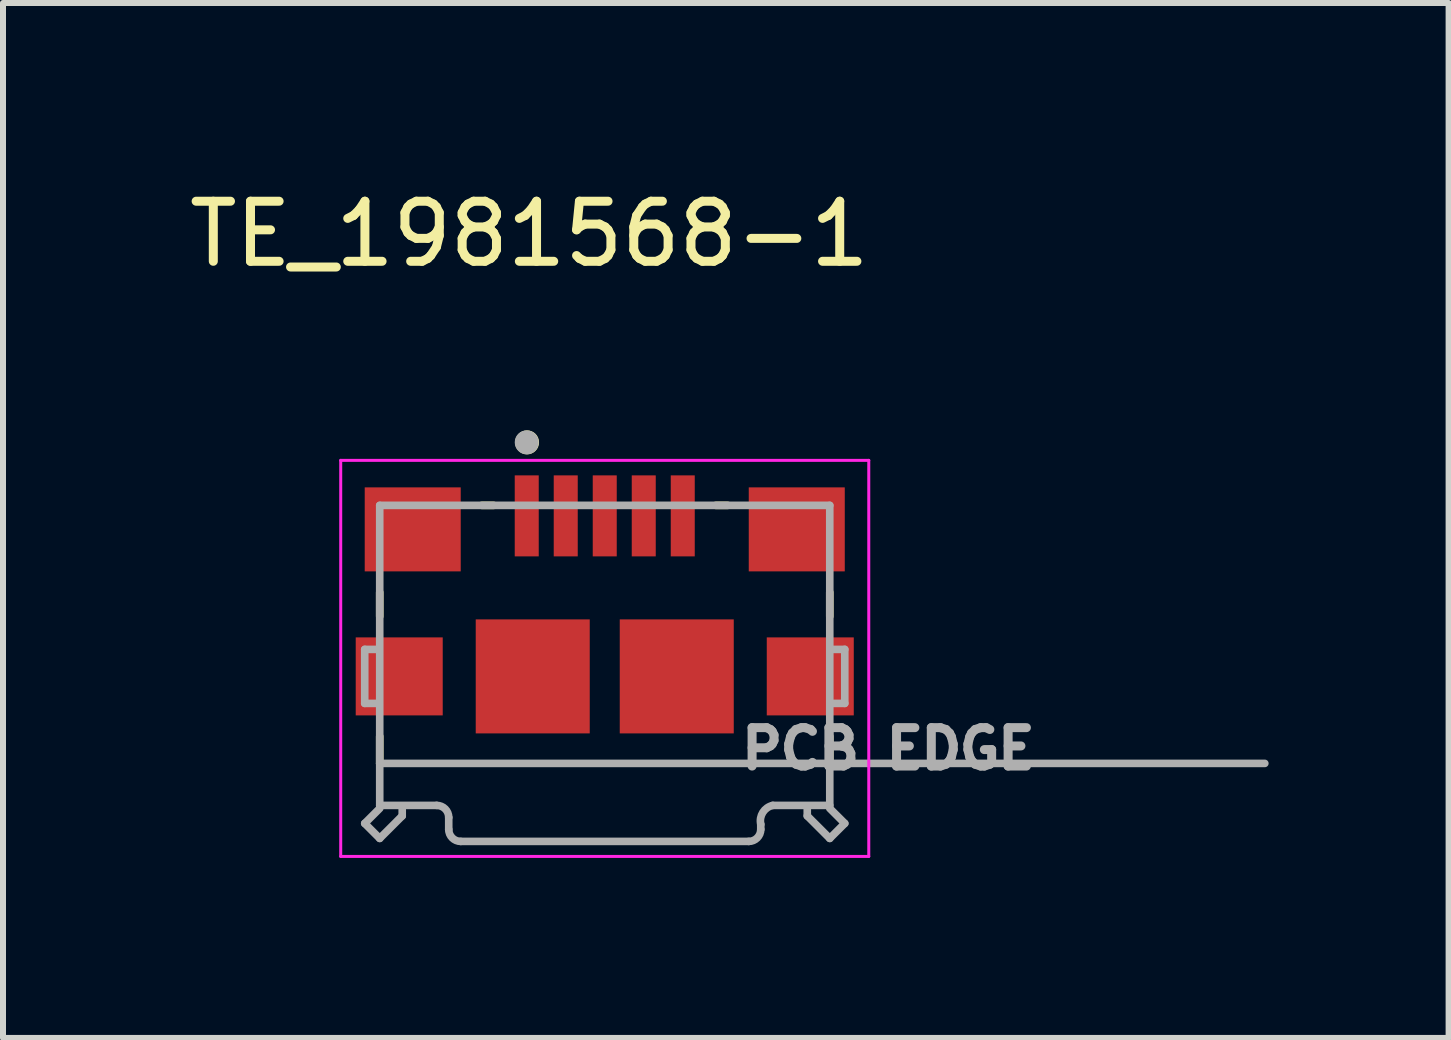
<source format=kicad_pcb>
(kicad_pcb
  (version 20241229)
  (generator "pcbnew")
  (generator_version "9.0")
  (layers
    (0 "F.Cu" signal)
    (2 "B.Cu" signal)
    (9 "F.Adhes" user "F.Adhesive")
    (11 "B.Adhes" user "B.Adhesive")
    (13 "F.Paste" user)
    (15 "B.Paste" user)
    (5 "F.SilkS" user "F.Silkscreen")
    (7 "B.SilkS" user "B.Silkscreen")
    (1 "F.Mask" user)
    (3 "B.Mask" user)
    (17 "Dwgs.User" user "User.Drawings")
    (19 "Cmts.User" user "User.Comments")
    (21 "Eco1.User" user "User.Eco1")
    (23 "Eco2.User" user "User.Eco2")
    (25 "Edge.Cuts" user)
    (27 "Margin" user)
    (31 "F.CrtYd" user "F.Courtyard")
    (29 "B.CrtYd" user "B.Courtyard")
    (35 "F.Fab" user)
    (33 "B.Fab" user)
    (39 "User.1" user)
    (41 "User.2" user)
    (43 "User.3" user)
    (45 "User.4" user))
  (footprint "TE_1981568-1"
    (layer "F.Cu")
    (at 7.028 8.222)
    (property "Reference" "TE_1981568-1" (at -1.256 -7.373 0) (layer "F.SilkS") (effects (font (size 1.001 1.001) (thickness 0.15))))
    (attr smd)
    (fp_line (start -3.75 -1) (end -3.75 -1.4) (stroke (width 0.127) (type solid)) (layer "F.SilkS"))
    (fp_line (start -3.75 1) (end -3.75 1.45) (stroke (width 0.127) (type solid)) (layer "F.SilkS"))
    (fp_line (start -2.05 -2.85) (end -1.85 -2.85) (stroke (width 0.127) (type solid)) (layer "F.SilkS"))
    (fp_line (start 1.85 -2.85) (end 2.05 -2.85) (stroke (width 0.127) (type solid)) (layer "F.SilkS"))
    (fp_line (start 3.75 -1) (end 3.75 -1.4) (stroke (width 0.127) (type solid)) (layer "F.SilkS"))
    (fp_line (start 3.75 1) (end 3.75 1.45) (stroke (width 0.127) (type solid)) (layer "F.SilkS"))
    (fp_circle (center -1.295 -3.9) (end -1.195 -3.9) (stroke (width 0.2) (type solid)) (fill no) (layer "F.SilkS"))
    (fp_line (start -4.4 -3.6) (end -4.4 3) (stroke (width 0.05) (type solid)) (layer "F.CrtYd"))
    (fp_line (start -4.4 3) (end 4.4 3) (stroke (width 0.05) (type solid)) (layer "F.CrtYd"))
    (fp_line (start 4.4 -3.6) (end -4.4 -3.6) (stroke (width 0.05) (type solid)) (layer "F.CrtYd"))
    (fp_line (start 4.4 3) (end 4.4 -3.6) (stroke (width 0.05) (type solid)) (layer "F.CrtYd"))
    (fp_line (start -4 -0.45) (end -4 0.45) (stroke (width 0.127) (type solid)) (layer "F.Fab"))
    (fp_line (start -4 0.45) (end -3.78 0.45) (stroke (width 0.127) (type solid)) (layer "F.Fab"))
    (fp_line (start -4 2.45) (end -3.75 2.7) (stroke (width 0.127) (type solid)) (layer "F.Fab"))
    (fp_line (start -3.76 -0.45) (end -4 -0.45) (stroke (width 0.127) (type solid)) (layer "F.Fab"))
    (fp_line (start -3.75 -2.85) (end -3.75 1.45) (stroke (width 0.127) (type solid)) (layer "F.Fab"))
    (fp_line (start -3.75 1.45) (end -3.75 2.15) (stroke (width 0.127) (type solid)) (layer "F.Fab"))
    (fp_line (start -3.75 1.45) (end 3.75 1.45) (stroke (width 0.127) (type solid)) (layer "F.Fab"))
    (fp_line (start -3.75 2.15) (end -2.8 2.15) (stroke (width 0.127) (type solid)) (layer "F.Fab"))
    (fp_line (start -3.75 2.2) (end -4 2.45) (stroke (width 0.127) (type solid)) (layer "F.Fab"))
    (fp_line (start -3.75 2.7) (end -3.375 2.325) (stroke (width 0.127) (type solid)) (layer "F.Fab"))
    (fp_line (start -3.375 2.325) (end -3.375 2.2) (stroke (width 0.127) (type solid)) (layer "F.Fab"))
    (fp_line (start -2.6 2.35) (end -2.6 2.55) (stroke (width 0.127) (type solid)) (layer "F.Fab"))
    (fp_line (start 2.4 2.75) (end -2.4 2.75) (stroke (width 0.127) (type solid)) (layer "F.Fab"))
    (fp_line (start 2.6 2.465) (end 2.6 2.55) (stroke (width 0.127) (type solid)) (layer "F.Fab"))
    (fp_line (start 3.375 2.325) (end 3.375 2.2) (stroke (width 0.127) (type solid)) (layer "F.Fab"))
    (fp_line (start 3.75 -2.85) (end -3.75 -2.85) (stroke (width 0.127) (type solid)) (layer "F.Fab"))
    (fp_line (start 3.75 1.45) (end 3.75 -2.85) (stroke (width 0.127) (type solid)) (layer "F.Fab"))
    (fp_line (start 3.75 1.45) (end 11 1.45) (stroke (width 0.127) (type solid)) (layer "F.Fab"))
    (fp_line (start 3.75 2.15) (end 2.8 2.15) (stroke (width 0.127) (type solid)) (layer "F.Fab"))
    (fp_line (start 3.75 2.15) (end 3.75 1.45) (stroke (width 0.127) (type solid)) (layer "F.Fab"))
    (fp_line (start 3.75 2.2) (end 4 2.45) (stroke (width 0.127) (type solid)) (layer "F.Fab"))
    (fp_line (start 3.75 2.7) (end 3.375 2.325) (stroke (width 0.127) (type solid)) (layer "F.Fab"))
    (fp_line (start 3.76 -0.45) (end 4 -0.45) (stroke (width 0.127) (type solid)) (layer "F.Fab"))
    (fp_line (start 4 -0.45) (end 4 0.45) (stroke (width 0.127) (type solid)) (layer "F.Fab"))
    (fp_line (start 4 0.45) (end 3.77 0.45) (stroke (width 0.127) (type solid)) (layer "F.Fab"))
    (fp_line (start 4 2.45) (end 3.75 2.7) (stroke (width 0.127) (type solid)) (layer "F.Fab"))
    (fp_arc (start -2.8 2.15) (mid -2.658579 2.208579) (end -2.6 2.35) (stroke (width 0.127) (type solid)) (layer "F.Fab"))
    (fp_arc (start -2.4 2.75) (mid -2.541421 2.691421) (end -2.6 2.55) (stroke (width 0.127) (type solid)) (layer "F.Fab"))
    (fp_arc (start 2.6 2.465) (mid 2.634761 2.266079) (end 2.8 2.15) (stroke (width 0.127) (type solid)) (layer "F.Fab"))
    (fp_arc (start 2.6 2.55) (mid 2.541421 2.691421) (end 2.4 2.75) (stroke (width 0.127) (type solid)) (layer "F.Fab"))
    (fp_circle (center -1.3 -3.9) (end -1.2 -3.9) (stroke (width 0.2) (type solid)) (fill no) (layer "F.Fab"))
    (fp_text user "PCB EDGE" (at 4.726 1.206 0) (layer "F.Fab") (effects (font (size 0.64 0.64) (thickness 0.15))))
    (pad "1" smd rect (at -1.3 -2.675) (size 0.4 1.35) (layers "F.Cu" "F.Mask" "F.Paste"))
    (pad "2" smd rect (at -0.65 -2.675) (size 0.4 1.35) (layers "F.Cu" "F.Mask" "F.Paste"))
    (pad "3" smd rect (at 0 -2.675) (size 0.4 1.35) (layers "F.Cu" "F.Mask" "F.Paste"))
    (pad "4" smd rect (at 0.65 -2.675) (size 0.4 1.35) (layers "F.Cu" "F.Mask" "F.Paste"))
    (pad "5" smd rect (at 1.3 -2.675) (size 0.4 1.35) (layers "F.Cu" "F.Mask" "F.Paste"))
    (pad "SH1" smd rect (at -3.2 -2.45) (size 1.6 1.4) (layers "F.Cu" "F.Mask" "F.Paste"))
    (pad "SH2" smd rect (at 3.2 -2.45) (size 1.6 1.4) (layers "F.Cu" "F.Mask" "F.Paste"))
    (pad "SH3" smd rect (at 3.425 0) (size 1.45 1.3) (layers "F.Cu" "F.Mask" "F.Paste"))
    (pad "SH4" smd rect (at 1.2 0) (size 1.9 1.9) (layers "F.Cu" "F.Mask" "F.Paste"))
    (pad "SH5" smd rect (at -1.2 0) (size 1.9 1.9) (layers "F.Cu" "F.Mask" "F.Paste"))
    (pad "SH6" smd rect (at -3.425 0) (size 1.45 1.3) (layers "F.Cu" "F.Mask" "F.Paste")))
  (gr_rect
    (start -3 -3)
    (end 21.091 14.247)
    (stroke (width 0.1) (type default))
    (fill no)
    (layer "Edge.Cuts")))
</source>
